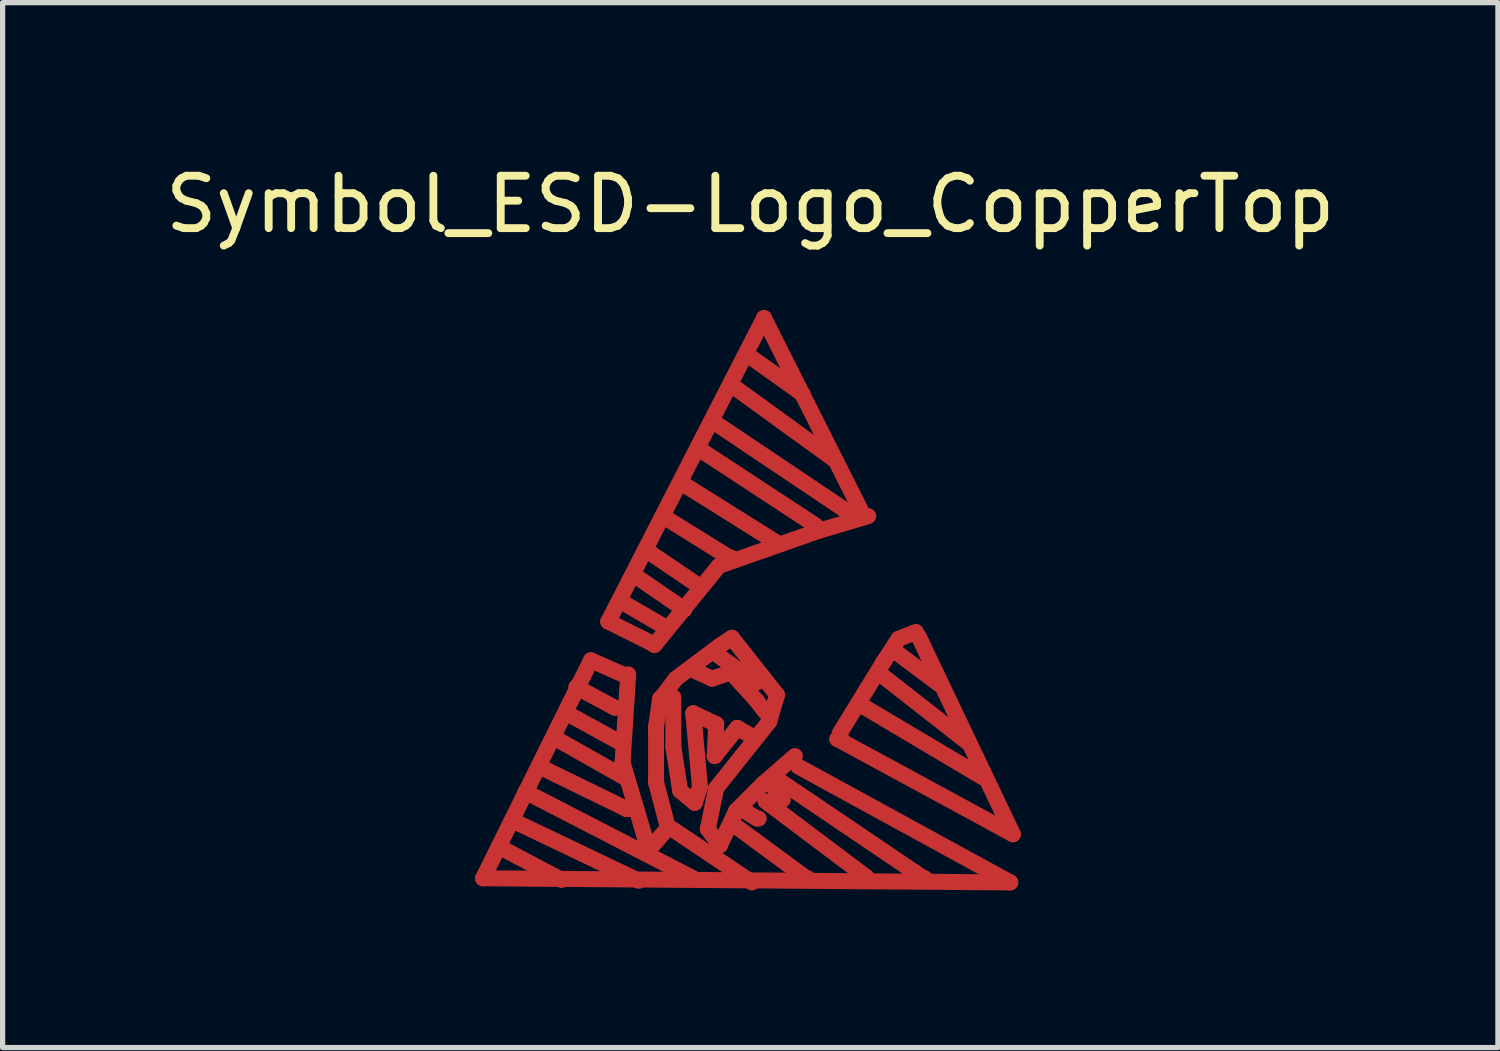
<source format=kicad_pcb>
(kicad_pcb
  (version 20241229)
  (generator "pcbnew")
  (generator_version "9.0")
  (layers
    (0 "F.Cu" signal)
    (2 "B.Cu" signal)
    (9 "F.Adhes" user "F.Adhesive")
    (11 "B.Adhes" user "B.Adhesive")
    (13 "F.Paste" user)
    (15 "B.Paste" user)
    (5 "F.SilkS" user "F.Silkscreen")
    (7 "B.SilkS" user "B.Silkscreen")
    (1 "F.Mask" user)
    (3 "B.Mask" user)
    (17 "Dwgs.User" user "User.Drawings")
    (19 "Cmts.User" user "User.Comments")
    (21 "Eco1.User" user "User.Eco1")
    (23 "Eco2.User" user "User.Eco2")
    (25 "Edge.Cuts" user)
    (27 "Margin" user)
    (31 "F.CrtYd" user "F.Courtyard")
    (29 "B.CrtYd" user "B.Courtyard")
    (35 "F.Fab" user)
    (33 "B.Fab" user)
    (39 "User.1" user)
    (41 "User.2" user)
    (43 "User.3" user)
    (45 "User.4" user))
  (footprint "Symbol_ESD-Logo_CopperTop"
    (layer "F.Cu")
    (at 11.319 10.399)
    (property "Reference" "Symbol_ESD-Logo_CopperTop" (at -0.051 -9.55 0) (layer "F.SilkS") (effects (font (size 1 1) (thickness 0.15))))
    (attr exclude_from_pos_files exclude_from_bom)
    (fp_line (start -5.151 3.312) (end 4.91 3.391) (stroke (width 0.305) (type solid)) (layer "F.Cu"))
    (fp_line (start -4.77 2.751) (end -3.65 3.343) (stroke (width 0.305) (type solid)) (layer "F.Cu"))
    (fp_line (start -4.559 2.223) (end -2.179 3.36) (stroke (width 0.305) (type solid)) (layer "F.Cu"))
    (fp_line (start -4.341 1.661) (end -1.14 3.312) (stroke (width 0.305) (type solid)) (layer "F.Cu"))
    (fp_line (start -4.031 1.201) (end -2.41 1.991) (stroke (width 0.305) (type solid)) (layer "F.Cu"))
    (fp_line (start -3.749 0.653) (end -2.461 1.382) (stroke (width 0.305) (type solid)) (layer "F.Cu"))
    (fp_line (start -3.551 0.163) (end -2.479 0.752) (stroke (width 0.305) (type solid)) (layer "F.Cu"))
    (fp_line (start -3.371 -0.338) (end -2.629 0.061) (stroke (width 0.305) (type solid)) (layer "F.Cu"))
    (fp_line (start -3.091 -0.848) (end -5.151 3.312) (stroke (width 0.305) (type solid)) (layer "F.Cu"))
    (fp_line (start -2.761 -1.587) (end -1.9 -1.158) (stroke (width 0.305) (type solid)) (layer "F.Cu"))
    (fp_line (start -2.51 -1.968) (end -1.689 -1.488) (stroke (width 0.305) (type solid)) (layer "F.Cu"))
    (fp_line (start -2.489 1.102) (end -1.991 2.771) (stroke (width 0.305) (type solid)) (layer "F.Cu"))
    (fp_line (start -2.461 -0.569) (end -3.091 -0.848) (stroke (width 0.305) (type solid)) (layer "F.Cu"))
    (fp_line (start -2.41 1.991) (end -2.38 1.991) (stroke (width 0.305) (type solid)) (layer "F.Cu"))
    (fp_line (start -2.38 -0.579) (end -2.489 1.102) (stroke (width 0.305) (type solid)) (layer "F.Cu"))
    (fp_line (start -2.23 -2.449) (end -1.311 -1.819) (stroke (width 0.305) (type solid)) (layer "F.Cu"))
    (fp_line (start -2.05 -2.959) (end -1.031 -2.268) (stroke (width 0.305) (type solid)) (layer "F.Cu"))
    (fp_line (start -1.991 2.771) (end -1.621 2.352) (stroke (width 0.305) (type solid)) (layer "F.Cu"))
    (fp_line (start -1.9 -1.158) (end -1.869 -1.158) (stroke (width 0.305) (type solid)) (layer "F.Cu"))
    (fp_line (start -1.849 0.422) (end -1.77 -0.119) (stroke (width 0.305) (type solid)) (layer "F.Cu"))
    (fp_line (start -1.849 1.481) (end -1.849 0.422) (stroke (width 0.305) (type solid)) (layer "F.Cu"))
    (fp_line (start -1.77 -0.119) (end -1.72 -0.168) (stroke (width 0.305) (type solid)) (layer "F.Cu"))
    (fp_line (start -1.72 -3.599) (end -0.45 -2.809) (stroke (width 0.305) (type solid)) (layer "F.Cu"))
    (fp_line (start -1.72 -0.168) (end -1.471 -0.498) (stroke (width 0.305) (type solid)) (layer "F.Cu"))
    (fp_line (start -1.621 2.352) (end -1.849 1.481) (stroke (width 0.305) (type solid)) (layer "F.Cu"))
    (fp_line (start -1.539 2.372) (end -0.02 3.391) (stroke (width 0.305) (type solid)) (layer "F.Cu"))
    (fp_line (start -1.519 -0.14) (end -1.519 0.803) (stroke (width 0.305) (type solid)) (layer "F.Cu"))
    (fp_line (start -1.519 0.803) (end -1.389 1.641) (stroke (width 0.305) (type solid)) (layer "F.Cu"))
    (fp_line (start -1.471 -0.498) (end -0.63 -1.128) (stroke (width 0.305) (type solid)) (layer "F.Cu"))
    (fp_line (start -1.389 1.641) (end -1.11 1.872) (stroke (width 0.305) (type solid)) (layer "F.Cu"))
    (fp_line (start -1.359 -4.229) (end 0.46 -3.089) (stroke (width 0.305) (type solid)) (layer "F.Cu"))
    (fp_line (start -1.311 -1.819) (end -1.311 -1.839) (stroke (width 0.305) (type solid)) (layer "F.Cu"))
    (fp_line (start -1.14 0.163) (end -0.701 0.371) (stroke (width 0.305) (type solid)) (layer "F.Cu"))
    (fp_line (start -1.11 -0.648) (end -0.78 -0.498) (stroke (width 0.305) (type solid)) (layer "F.Cu"))
    (fp_line (start -1.11 1.872) (end -1.011 1.562) (stroke (width 0.305) (type solid)) (layer "F.Cu"))
    (fp_line (start -1.011 -4.869) (end 1.199 -3.419) (stroke (width 0.305) (type solid)) (layer "F.Cu"))
    (fp_line (start -1.011 1.562) (end -1.14 0.163) (stroke (width 0.305) (type solid)) (layer "F.Cu"))
    (fp_line (start -0.861 2.372) (end -0.63 2.682) (stroke (width 0.305) (type solid)) (layer "F.Cu"))
    (fp_line (start -0.78 -0.498) (end -0.419 -0.617) (stroke (width 0.305) (type solid)) (layer "F.Cu"))
    (fp_line (start -0.749 -5.397) (end 1.859 -3.647) (stroke (width 0.305) (type solid)) (layer "F.Cu"))
    (fp_line (start -0.729 0.98) (end -0.3 0.442) (stroke (width 0.305) (type solid)) (layer "F.Cu"))
    (fp_line (start -0.701 0.371) (end -0.729 0.98) (stroke (width 0.305) (type solid)) (layer "F.Cu"))
    (fp_line (start -0.701 1.593) (end -0.861 2.372) (stroke (width 0.305) (type solid)) (layer "F.Cu"))
    (fp_line (start -0.65 -2.649) (end -1.88 -1.138) (stroke (width 0.305) (type solid)) (layer "F.Cu"))
    (fp_line (start -0.65 -0.93) (end 0.061 -0.419) (stroke (width 0.305) (type solid)) (layer "F.Cu"))
    (fp_line (start -0.63 -1.128) (end -0.401 -1.278) (stroke (width 0.305) (type solid)) (layer "F.Cu"))
    (fp_line (start -0.63 2.682) (end -0.32 2.022) (stroke (width 0.305) (type solid)) (layer "F.Cu"))
    (fp_line (start -0.45 -2.809) (end -0.419 -2.809) (stroke (width 0.305) (type solid)) (layer "F.Cu"))
    (fp_line (start -0.419 -0.617) (end 0.061 -0.089) (stroke (width 0.305) (type solid)) (layer "F.Cu"))
    (fp_line (start -0.401 -1.278) (end 0.46 -0.188) (stroke (width 0.305) (type solid)) (layer "F.Cu"))
    (fp_line (start -0.351 -6.058) (end 1.58 -4.658) (stroke (width 0.305) (type solid)) (layer "F.Cu"))
    (fp_line (start -0.351 2.301) (end 1.021 3.312) (stroke (width 0.305) (type solid)) (layer "F.Cu"))
    (fp_line (start -0.32 2.022) (end 0.191 1.511) (stroke (width 0.305) (type solid)) (layer "F.Cu"))
    (fp_line (start -0.3 0.442) (end -0.071 0.572) (stroke (width 0.305) (type solid)) (layer "F.Cu"))
    (fp_line (start -0.221 1.991) (end 0.079 2.172) (stroke (width 0.305) (type solid)) (layer "F.Cu"))
    (fp_line (start -0.089 -6.668) (end 0.95 -5.928) (stroke (width 0.305) (type solid)) (layer "F.Cu"))
    (fp_line (start 0.061 -0.089) (end 0.239 0.142) (stroke (width 0.305) (type solid)) (layer "F.Cu"))
    (fp_line (start 0.079 2.172) (end 0.109 2.172) (stroke (width 0.305) (type solid)) (layer "F.Cu"))
    (fp_line (start 0.191 1.511) (end 0.8 0.98) (stroke (width 0.305) (type solid)) (layer "F.Cu"))
    (fp_line (start 0.211 -7.379) (end -2.761 -1.587) (stroke (width 0.305) (type solid)) (layer "F.Cu"))
    (fp_line (start 0.239 1.841) (end 2.169 3.292) (stroke (width 0.305) (type solid)) (layer "F.Cu"))
    (fp_line (start 0.31 0.323) (end -0.701 1.593) (stroke (width 0.305) (type solid)) (layer "F.Cu"))
    (fp_line (start 0.31 1.46) (end 0.569 1.811) (stroke (width 0.305) (type solid)) (layer "F.Cu"))
    (fp_line (start 0.46 -0.188) (end 0.31 0.323) (stroke (width 0.305) (type solid)) (layer "F.Cu"))
    (fp_line (start 0.521 1.46) (end 3.259 3.312) (stroke (width 0.305) (type solid)) (layer "F.Cu"))
    (fp_line (start 1.021 3.312) (end 1.049 3.312) (stroke (width 0.305) (type solid)) (layer "F.Cu"))
    (fp_line (start 1.25 -3.317) (end -0.65 -2.649) (stroke (width 0.305) (type solid)) (layer "F.Cu"))
    (fp_line (start 1.61 0.653) (end 1.679 0.622) (stroke (width 0.305) (type solid)) (layer "F.Cu"))
    (fp_line (start 1.659 0.541) (end 2.169 -0.29) (stroke (width 0.305) (type solid)) (layer "F.Cu"))
    (fp_line (start 2.09 -3.647) (end 0.211 -7.379) (stroke (width 0.305) (type solid)) (layer "F.Cu"))
    (fp_line (start 2.121 0.041) (end 4.379 1.382) (stroke (width 0.305) (type solid)) (layer "F.Cu"))
    (fp_line (start 2.169 -0.29) (end 2.499 -0.828) (stroke (width 0.305) (type solid)) (layer "F.Cu"))
    (fp_line (start 2.2 -3.599) (end 1.25 -3.317) (stroke (width 0.305) (type solid)) (layer "F.Cu"))
    (fp_line (start 2.451 -0.569) (end 4.1 0.721) (stroke (width 0.305) (type solid)) (layer "F.Cu"))
    (fp_line (start 2.499 -0.828) (end 2.779 -1.257) (stroke (width 0.305) (type solid)) (layer "F.Cu"))
    (fp_line (start 2.7 -1.029) (end 3.541 -0.399) (stroke (width 0.305) (type solid)) (layer "F.Cu"))
    (fp_line (start 2.779 -1.257) (end 3.109 -1.389) (stroke (width 0.305) (type solid)) (layer "F.Cu"))
    (fp_line (start 3.16 -1.308) (end 4.961 2.471) (stroke (width 0.305) (type solid)) (layer "F.Cu"))
    (fp_line (start 3.259 3.312) (end 3.279 3.312) (stroke (width 0.305) (type solid)) (layer "F.Cu"))
    (fp_line (start 4.91 3.391) (end 0.869 1.181) (stroke (width 0.305) (type solid)) (layer "F.Cu"))
    (fp_line (start 4.961 2.471) (end 1.61 0.653) (stroke (width 0.305) (type solid)) (layer "F.Cu")))
  (gr_rect
    (start -3 -3)
    (end 25.536 16.942)
    (stroke (width 0.1) (type default))
    (fill no)
    (layer "Edge.Cuts")))
</source>
